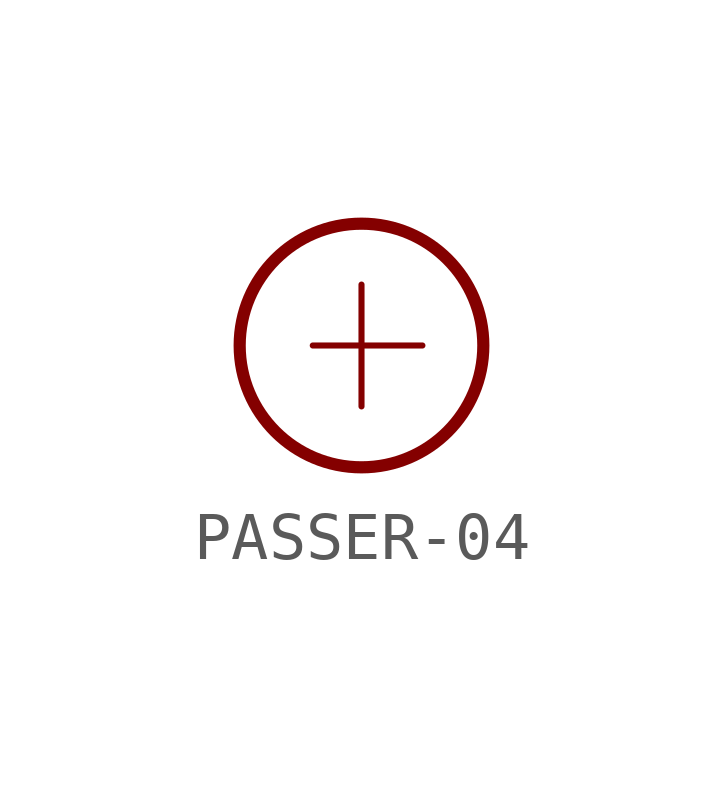
<source format=kicad_sym>
(kicad_symbol_lib
  (version 20231120)
  (generator "kicad_symbol_editor")
  (generator_version "8.0")
  (symbol "PASSER-04"
    (property "Reference" "X"
      (at 0 0 0)
      (effects (font (size 1.27 1.27)) (hide yes)))
    (property "ki_locked" ""
      (at 0 0 0)
      (effects (font (size 1.27 1.27))))
    (symbol "PASSER-04_1_0"
      (polyline (pts (xy -1.016 0) (xy 1.27 0)) (stroke (width 0.127) (type solid)) (fill (type none)))
      (polyline (pts (xy 0 1.27) (xy 0 -1.27)) (stroke (width 0.127) (type solid)) (fill (type none)))
      (circle (center 0 0) (radius 2.54) (stroke (width 0.254) (type solid)) (fill (type none))))))
</source>
